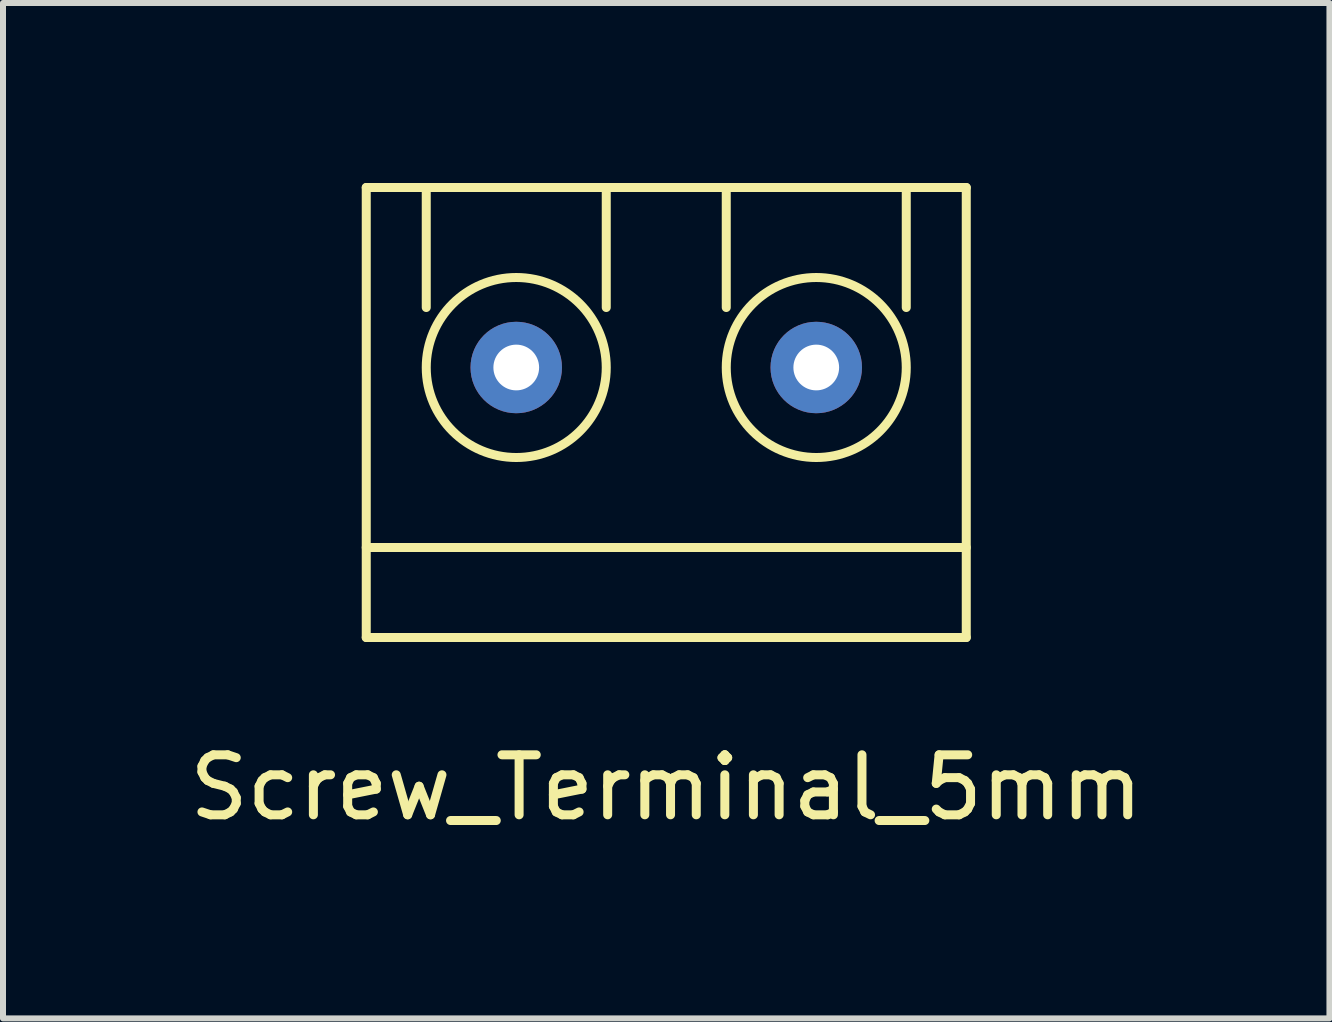
<source format=kicad_pcb>
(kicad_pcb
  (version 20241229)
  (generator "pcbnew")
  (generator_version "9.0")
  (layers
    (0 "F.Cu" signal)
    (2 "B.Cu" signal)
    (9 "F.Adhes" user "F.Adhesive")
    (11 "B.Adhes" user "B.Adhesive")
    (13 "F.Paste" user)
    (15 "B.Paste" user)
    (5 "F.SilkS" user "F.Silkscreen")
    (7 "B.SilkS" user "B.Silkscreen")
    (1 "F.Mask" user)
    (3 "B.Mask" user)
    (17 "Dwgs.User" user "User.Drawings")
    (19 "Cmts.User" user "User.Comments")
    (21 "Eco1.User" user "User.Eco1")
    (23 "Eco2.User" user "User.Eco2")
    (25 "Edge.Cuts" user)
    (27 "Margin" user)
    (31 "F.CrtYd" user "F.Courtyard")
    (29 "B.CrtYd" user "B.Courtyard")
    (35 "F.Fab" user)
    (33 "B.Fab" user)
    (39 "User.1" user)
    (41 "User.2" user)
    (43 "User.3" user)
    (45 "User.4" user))
  (footprint "Screw_Terminal_5mm"
    (layer "F.Cu")
    (at 8.054 3.075)
    (property "Reference" "Screw_Terminal_5mm" (at 0 7 0) (layer "F.SilkS") (effects (font (size 1 1) (thickness 0.15))))
    (attr through_hole)
    (fp_line (start -5 -3) (end 5 -3) (stroke (width 0.15) (type solid)) (layer "F.SilkS"))
    (fp_line (start -5 3) (end 5 3) (stroke (width 0.15) (type solid)) (layer "F.SilkS"))
    (fp_line (start -5 4.5) (end -5 -3) (stroke (width 0.15) (type solid)) (layer "F.SilkS"))
    (fp_line (start -5 4.5) (end 5 4.5) (stroke (width 0.15) (type solid)) (layer "F.SilkS"))
    (fp_line (start -4 -3) (end -4 -1) (stroke (width 0.15) (type solid)) (layer "F.SilkS"))
    (fp_line (start -1 -3) (end -1 -1) (stroke (width 0.15) (type solid)) (layer "F.SilkS"))
    (fp_line (start 1 -1) (end 1 -3) (stroke (width 0.15) (type solid)) (layer "F.SilkS"))
    (fp_line (start 4 -3) (end 4 -1) (stroke (width 0.15) (type solid)) (layer "F.SilkS"))
    (fp_line (start 5 -3) (end 5 4.5) (stroke (width 0.15) (type solid)) (layer "F.SilkS"))
    (fp_circle (center -2.5 0) (end -1 0) (stroke (width 0.15) (type solid)) (fill no) (layer "F.SilkS"))
    (fp_circle (center 2.5 0) (end 1 0) (stroke (width 0.15) (type solid)) (fill no) (layer "F.SilkS"))
    (pad "1" thru_hole circle (at -2.5 0) (size 1.524 1.524) (drill 0.762) (layers "*.Cu" "*.Mask"))
    (pad "2" thru_hole circle (at 2.5 0) (size 1.524 1.524) (drill 0.762) (layers "*.Cu" "*.Mask")))
  (gr_rect
    (start -3 -3)
    (end 19.107 13.923)
    (stroke (width 0.1) (type default))
    (fill no)
    (layer "Edge.Cuts")))
</source>
